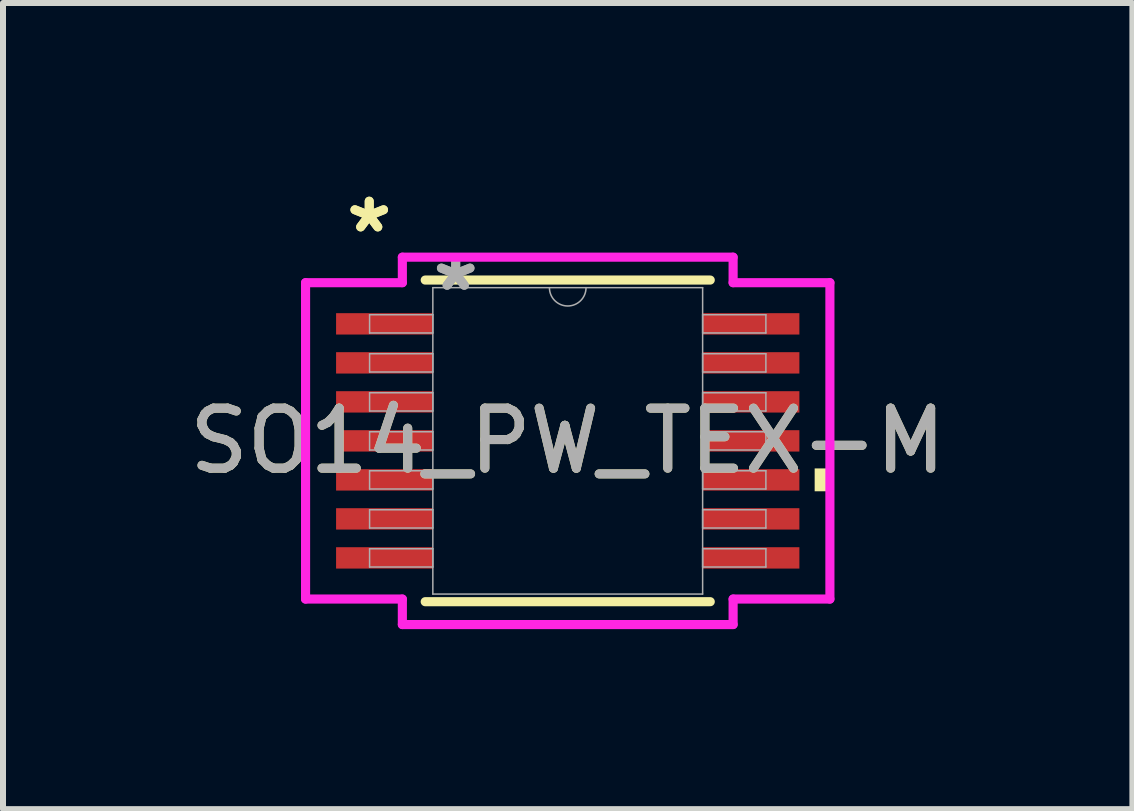
<source format=kicad_pcb>
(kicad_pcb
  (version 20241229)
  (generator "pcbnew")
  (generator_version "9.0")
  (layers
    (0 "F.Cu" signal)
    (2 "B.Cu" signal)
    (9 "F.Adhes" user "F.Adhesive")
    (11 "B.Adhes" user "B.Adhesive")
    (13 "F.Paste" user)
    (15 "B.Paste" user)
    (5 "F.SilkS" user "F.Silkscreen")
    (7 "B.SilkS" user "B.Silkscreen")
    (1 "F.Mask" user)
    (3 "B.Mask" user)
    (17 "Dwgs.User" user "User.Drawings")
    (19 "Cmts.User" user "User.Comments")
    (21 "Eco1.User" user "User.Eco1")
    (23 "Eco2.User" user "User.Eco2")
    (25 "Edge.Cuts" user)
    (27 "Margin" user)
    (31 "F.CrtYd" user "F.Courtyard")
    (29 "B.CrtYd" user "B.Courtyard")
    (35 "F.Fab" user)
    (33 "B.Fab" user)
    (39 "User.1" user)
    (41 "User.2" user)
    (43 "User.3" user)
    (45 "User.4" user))
  (footprint "SO14_PW_TEX-M"
    (layer "F.Cu")
    (at 6.411 4.297)
    (property "Reference" "SO14_PW_TEX-M" (at 0 0 0) (unlocked yes) (layer "F.SilkS") (effects (font (size 1 1) (thickness 0.15))))
    (attr smd)
    (fp_line (start -2.375 2.68) (end 2.375 2.68) (stroke (width 0.152) (type solid)) (layer "F.SilkS"))
    (fp_line (start 2.375 -2.68) (end -2.375 -2.68) (stroke (width 0.152) (type solid)) (layer "F.SilkS"))
    (fp_poly (pts (xy 4.369 0.459) (xy 4.369 0.84) (xy 4.115 0.84) (xy 4.115 0.459)) (stroke (width 0) (type solid)) (fill yes) (layer "F.SilkS"))
    (fp_line (start -4.369 -2.636) (end -2.756 -2.636) (stroke (width 0.152) (type solid)) (layer "F.CrtYd"))
    (fp_line (start -4.369 2.636) (end -4.369 -2.636) (stroke (width 0.152) (type solid)) (layer "F.CrtYd"))
    (fp_line (start -4.369 2.636) (end -2.756 2.636) (stroke (width 0.152) (type solid)) (layer "F.CrtYd"))
    (fp_line (start -2.756 -3.061) (end 2.756 -3.061) (stroke (width 0.152) (type solid)) (layer "F.CrtYd"))
    (fp_line (start -2.756 -2.636) (end -2.756 -3.061) (stroke (width 0.152) (type solid)) (layer "F.CrtYd"))
    (fp_line (start -2.756 3.061) (end -2.756 2.636) (stroke (width 0.152) (type solid)) (layer "F.CrtYd"))
    (fp_line (start 2.756 -3.061) (end 2.756 -2.636) (stroke (width 0.152) (type solid)) (layer "F.CrtYd"))
    (fp_line (start 2.756 2.636) (end 2.756 3.061) (stroke (width 0.152) (type solid)) (layer "F.CrtYd"))
    (fp_line (start 2.756 3.061) (end -2.756 3.061) (stroke (width 0.152) (type solid)) (layer "F.CrtYd"))
    (fp_line (start 4.369 -2.636) (end 2.756 -2.636) (stroke (width 0.152) (type solid)) (layer "F.CrtYd"))
    (fp_line (start 4.369 -2.636) (end 4.369 2.636) (stroke (width 0.152) (type solid)) (layer "F.CrtYd"))
    (fp_line (start 4.369 2.636) (end 2.756 2.636) (stroke (width 0.152) (type solid)) (layer "F.CrtYd"))
    (fp_line (start -3.302 -2.102) (end -3.302 -1.798) (stroke (width 0.025) (type solid)) (layer "F.Fab"))
    (fp_line (start -3.302 -1.798) (end -2.248 -1.798) (stroke (width 0.025) (type solid)) (layer "F.Fab"))
    (fp_line (start -3.302 -1.452) (end -3.302 -1.148) (stroke (width 0.025) (type solid)) (layer "F.Fab"))
    (fp_line (start -3.302 -1.148) (end -2.248 -1.148) (stroke (width 0.025) (type solid)) (layer "F.Fab"))
    (fp_line (start -3.302 -0.802) (end -3.302 -0.498) (stroke (width 0.025) (type solid)) (layer "F.Fab"))
    (fp_line (start -3.302 -0.498) (end -2.248 -0.498) (stroke (width 0.025) (type solid)) (layer "F.Fab"))
    (fp_line (start -3.302 -0.152) (end -3.302 0.152) (stroke (width 0.025) (type solid)) (layer "F.Fab"))
    (fp_line (start -3.302 0.152) (end -2.248 0.152) (stroke (width 0.025) (type solid)) (layer "F.Fab"))
    (fp_line (start -3.302 0.498) (end -3.302 0.802) (stroke (width 0.025) (type solid)) (layer "F.Fab"))
    (fp_line (start -3.302 0.802) (end -2.248 0.802) (stroke (width 0.025) (type solid)) (layer "F.Fab"))
    (fp_line (start -3.302 1.148) (end -3.302 1.452) (stroke (width 0.025) (type solid)) (layer "F.Fab"))
    (fp_line (start -3.302 1.452) (end -2.248 1.452) (stroke (width 0.025) (type solid)) (layer "F.Fab"))
    (fp_line (start -3.302 1.798) (end -3.302 2.102) (stroke (width 0.025) (type solid)) (layer "F.Fab"))
    (fp_line (start -3.302 2.102) (end -2.248 2.102) (stroke (width 0.025) (type solid)) (layer "F.Fab"))
    (fp_line (start -2.248 -2.553) (end -2.248 2.553) (stroke (width 0.025) (type solid)) (layer "F.Fab"))
    (fp_line (start -2.248 -2.102) (end -3.302 -2.102) (stroke (width 0.025) (type solid)) (layer "F.Fab"))
    (fp_line (start -2.248 -1.798) (end -2.248 -2.102) (stroke (width 0.025) (type solid)) (layer "F.Fab"))
    (fp_line (start -2.248 -1.452) (end -3.302 -1.452) (stroke (width 0.025) (type solid)) (layer "F.Fab"))
    (fp_line (start -2.248 -1.148) (end -2.248 -1.452) (stroke (width 0.025) (type solid)) (layer "F.Fab"))
    (fp_line (start -2.248 -0.802) (end -3.302 -0.802) (stroke (width 0.025) (type solid)) (layer "F.Fab"))
    (fp_line (start -2.248 -0.498) (end -2.248 -0.802) (stroke (width 0.025) (type solid)) (layer "F.Fab"))
    (fp_line (start -2.248 -0.152) (end -3.302 -0.152) (stroke (width 0.025) (type solid)) (layer "F.Fab"))
    (fp_line (start -2.248 0.152) (end -2.248 -0.152) (stroke (width 0.025) (type solid)) (layer "F.Fab"))
    (fp_line (start -2.248 0.498) (end -3.302 0.498) (stroke (width 0.025) (type solid)) (layer "F.Fab"))
    (fp_line (start -2.248 0.802) (end -2.248 0.498) (stroke (width 0.025) (type solid)) (layer "F.Fab"))
    (fp_line (start -2.248 1.148) (end -3.302 1.148) (stroke (width 0.025) (type solid)) (layer "F.Fab"))
    (fp_line (start -2.248 1.452) (end -2.248 1.148) (stroke (width 0.025) (type solid)) (layer "F.Fab"))
    (fp_line (start -2.248 1.798) (end -3.302 1.798) (stroke (width 0.025) (type solid)) (layer "F.Fab"))
    (fp_line (start -2.248 2.102) (end -2.248 1.798) (stroke (width 0.025) (type solid)) (layer "F.Fab"))
    (fp_line (start -2.248 2.553) (end 2.248 2.553) (stroke (width 0.025) (type solid)) (layer "F.Fab"))
    (fp_line (start 2.248 -2.553) (end -2.248 -2.553) (stroke (width 0.025) (type solid)) (layer "F.Fab"))
    (fp_line (start 2.248 -2.102) (end 2.248 -1.798) (stroke (width 0.025) (type solid)) (layer "F.Fab"))
    (fp_line (start 2.248 -1.798) (end 3.302 -1.798) (stroke (width 0.025) (type solid)) (layer "F.Fab"))
    (fp_line (start 2.248 -1.452) (end 2.248 -1.148) (stroke (width 0.025) (type solid)) (layer "F.Fab"))
    (fp_line (start 2.248 -1.148) (end 3.302 -1.148) (stroke (width 0.025) (type solid)) (layer "F.Fab"))
    (fp_line (start 2.248 -0.802) (end 2.248 -0.498) (stroke (width 0.025) (type solid)) (layer "F.Fab"))
    (fp_line (start 2.248 -0.498) (end 3.302 -0.498) (stroke (width 0.025) (type solid)) (layer "F.Fab"))
    (fp_line (start 2.248 -0.152) (end 2.248 0.152) (stroke (width 0.025) (type solid)) (layer "F.Fab"))
    (fp_line (start 2.248 0.152) (end 3.302 0.152) (stroke (width 0.025) (type solid)) (layer "F.Fab"))
    (fp_line (start 2.248 0.498) (end 2.248 0.802) (stroke (width 0.025) (type solid)) (layer "F.Fab"))
    (fp_line (start 2.248 0.802) (end 3.302 0.802) (stroke (width 0.025) (type solid)) (layer "F.Fab"))
    (fp_line (start 2.248 1.148) (end 2.248 1.452) (stroke (width 0.025) (type solid)) (layer "F.Fab"))
    (fp_line (start 2.248 1.452) (end 3.302 1.452) (stroke (width 0.025) (type solid)) (layer "F.Fab"))
    (fp_line (start 2.248 1.798) (end 2.248 2.102) (stroke (width 0.025) (type solid)) (layer "F.Fab"))
    (fp_line (start 2.248 2.102) (end 3.302 2.102) (stroke (width 0.025) (type solid)) (layer "F.Fab"))
    (fp_line (start 2.248 2.553) (end 2.248 -2.553) (stroke (width 0.025) (type solid)) (layer "F.Fab"))
    (fp_line (start 3.302 -2.102) (end 2.248 -2.102) (stroke (width 0.025) (type solid)) (layer "F.Fab"))
    (fp_line (start 3.302 -1.798) (end 3.302 -2.102) (stroke (width 0.025) (type solid)) (layer "F.Fab"))
    (fp_line (start 3.302 -1.452) (end 2.248 -1.452) (stroke (width 0.025) (type solid)) (layer "F.Fab"))
    (fp_line (start 3.302 -1.148) (end 3.302 -1.452) (stroke (width 0.025) (type solid)) (layer "F.Fab"))
    (fp_line (start 3.302 -0.802) (end 2.248 -0.802) (stroke (width 0.025) (type solid)) (layer "F.Fab"))
    (fp_line (start 3.302 -0.498) (end 3.302 -0.802) (stroke (width 0.025) (type solid)) (layer "F.Fab"))
    (fp_line (start 3.302 -0.152) (end 2.248 -0.152) (stroke (width 0.025) (type solid)) (layer "F.Fab"))
    (fp_line (start 3.302 0.152) (end 3.302 -0.152) (stroke (width 0.025) (type solid)) (layer "F.Fab"))
    (fp_line (start 3.302 0.498) (end 2.248 0.498) (stroke (width 0.025) (type solid)) (layer "F.Fab"))
    (fp_line (start 3.302 0.802) (end 3.302 0.498) (stroke (width 0.025) (type solid)) (layer "F.Fab"))
    (fp_line (start 3.302 1.148) (end 2.248 1.148) (stroke (width 0.025) (type solid)) (layer "F.Fab"))
    (fp_line (start 3.302 1.452) (end 3.302 1.148) (stroke (width 0.025) (type solid)) (layer "F.Fab"))
    (fp_line (start 3.302 1.798) (end 2.248 1.798) (stroke (width 0.025) (type solid)) (layer "F.Fab"))
    (fp_line (start 3.302 2.102) (end 3.302 1.798) (stroke (width 0.025) (type solid)) (layer "F.Fab"))
    (fp_arc (start 0.3048 -2.5527) (mid 0 -2.2479) (end -0.3048 -2.5527) (stroke (width 0.0254) (type solid)) (layer "F.Fab"))
    (fp_text user "*" (at -3.308 -3.449 0) (layer "F.SilkS") (effects (font (size 1 1) (thickness 0.15))))
    (fp_text user "*" (at -3.308 -3.449 0) (unlocked yes) (layer "F.SilkS") (effects (font (size 1 1) (thickness 0.15))))
    (fp_text user "*" (at -1.867 -2.477 0) (unlocked yes) (layer "F.Fab") (effects (font (size 1 1) (thickness 0.15))))
    (fp_text user "${REFERENCE}" (at 0 0 0) (unlocked yes) (layer "F.Fab") (effects (font (size 1 1) (thickness 0.15))))
    (fp_text user "*" (at -1.867 -2.477 0) (layer "F.Fab") (effects (font (size 1 1) (thickness 0.15))))
    (pad "1" smd rect (at -3.054 -1.95) (size 1.613 0.356) (layers "F.Cu" "F.Mask" "F.Paste"))
    (pad "2" smd rect (at -3.054 -1.3) (size 1.613 0.356) (layers "F.Cu" "F.Mask" "F.Paste"))
    (pad "3" smd rect (at -3.054 -0.65) (size 1.613 0.356) (layers "F.Cu" "F.Mask" "F.Paste"))
    (pad "4" smd rect (at -3.054 0) (size 1.613 0.356) (layers "F.Cu" "F.Mask" "F.Paste"))
    (pad "5" smd rect (at -3.054 0.65) (size 1.613 0.356) (layers "F.Cu" "F.Mask" "F.Paste"))
    (pad "6" smd rect (at -3.054 1.3) (size 1.613 0.356) (layers "F.Cu" "F.Mask" "F.Paste"))
    (pad "7" smd rect (at -3.054 1.95) (size 1.613 0.356) (layers "F.Cu" "F.Mask" "F.Paste"))
    (pad "8" smd rect (at 3.054 1.95) (size 1.613 0.356) (layers "F.Cu" "F.Mask" "F.Paste"))
    (pad "9" smd rect (at 3.054 1.3) (size 1.613 0.356) (layers "F.Cu" "F.Mask" "F.Paste"))
    (pad "10" smd rect (at 3.054 0.65) (size 1.613 0.356) (layers "F.Cu" "F.Mask" "F.Paste"))
    (pad "11" smd rect (at 3.054 0) (size 1.613 0.356) (layers "F.Cu" "F.Mask" "F.Paste"))
    (pad "12" smd rect (at 3.054 -0.65) (size 1.613 0.356) (layers "F.Cu" "F.Mask" "F.Paste"))
    (pad "13" smd rect (at 3.054 -1.3) (size 1.613 0.356) (layers "F.Cu" "F.Mask" "F.Paste"))
    (pad "14" smd rect (at 3.054 -1.95) (size 1.613 0.356) (layers "F.Cu" "F.Mask" "F.Paste")))
  (gr_rect
    (start -3 -3)
    (end 15.821 10.434)
    (stroke (width 0.1) (type default))
    (fill no)
    (layer "Edge.Cuts")))
</source>
